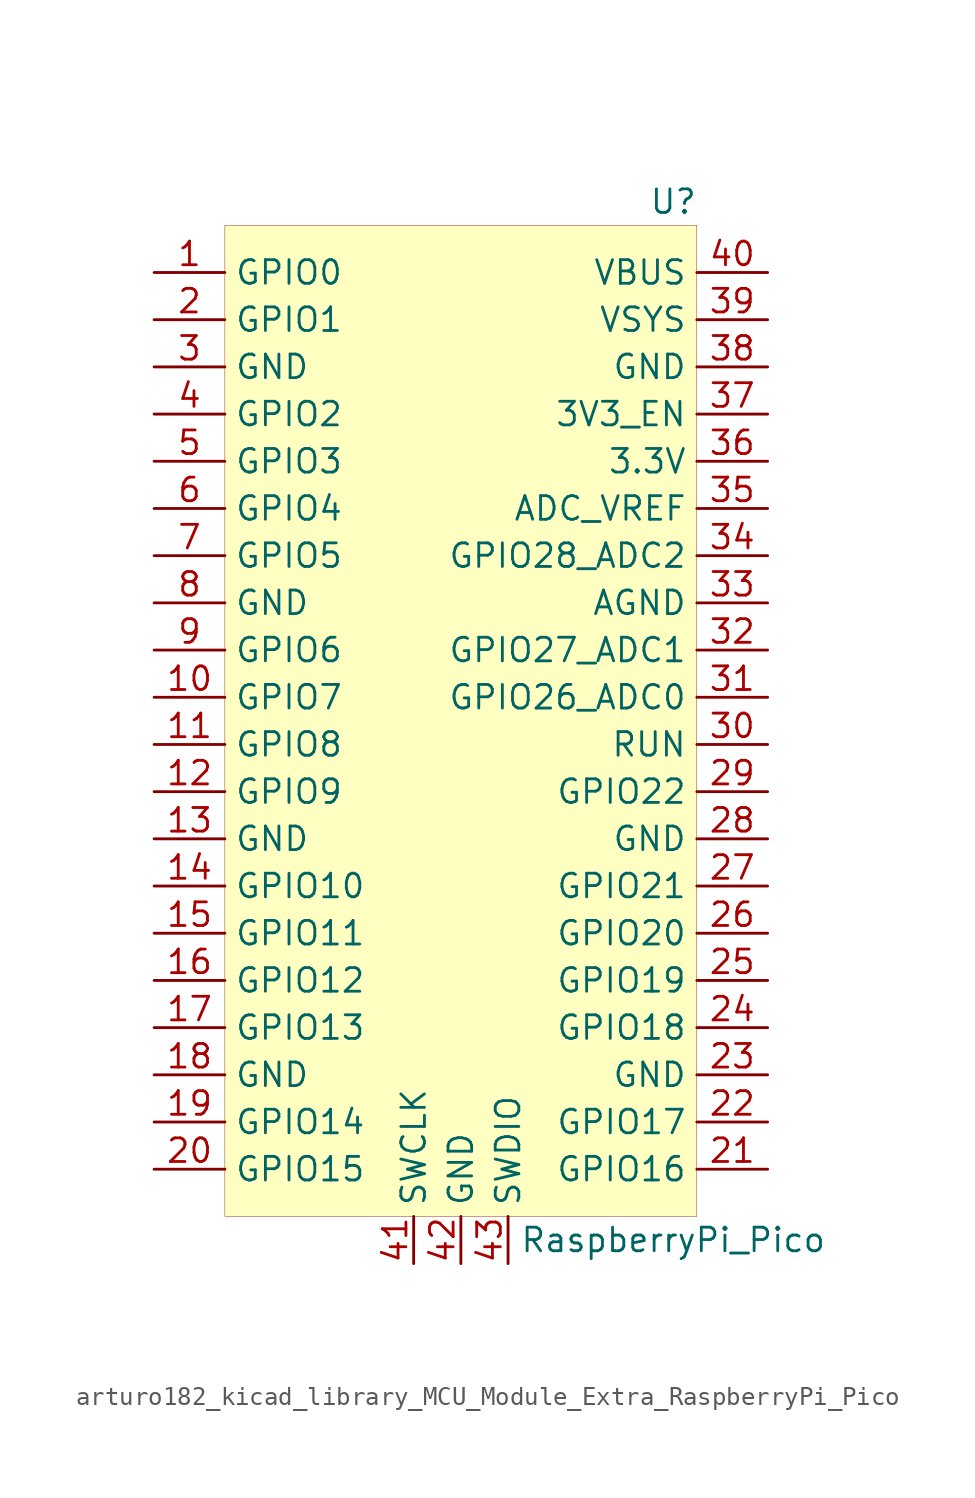
<source format=kicad_sym>
(kicad_symbol_lib
  (version 20220914)
  (generator kicad_symbol_editor)
  (symbol "MCU_Module_Extra:arturo182_kicad_library_MCU_Module_Extra_RaspberryPi_Pico"
    (property "Reference" "U"
      (at 11.43 26.67 0)
      (effects (font (size 1.27 1.27))))
    (property "Value" "RaspberryPi_Pico"
      (at 11.43 -29.21 0)
      (effects (font (size 1.27 1.27))))
    (symbol "arturo182_kicad_library_MCU_Module_Extra_RaspberryPi_Pico_0_0"
      (pin input line (at -2.54 -30.48 90) (length 2.54) (name "SWCLK" (effects (font (size 1.27 1.27)))) (number "41" (effects (font (size 1.27 1.27)))))
      (pin power_in line (at 0 -30.48 90) (length 2.54) (name "GND" (effects (font (size 1.27 1.27)))) (number "42" (effects (font (size 1.27 1.27)))))
      (pin bidirectional line (at 2.54 -30.48 90) (length 2.54) (name "SWDIO" (effects (font (size 1.27 1.27)))) (number "43" (effects (font (size 1.27 1.27))))))
    (symbol "arturo182_kicad_library_MCU_Module_Extra_RaspberryPi_Pico_0_1"
      (rectangle (start -12.7 25.4) (end 12.7 -27.94) (stroke (width 0.001)) (fill (type background))))
    (symbol "arturo182_kicad_library_MCU_Module_Extra_RaspberryPi_Pico_1_1"
      (pin bidirectional line (at -16.51 22.86 0) (length 3.81) (name "GPIO0" (effects (font (size 1.27 1.27)))) (number "1" (effects (font (size 1.27 1.27)))))
      (pin bidirectional line (at -16.51 20.32 0) (length 3.81) (name "GPIO1" (effects (font (size 1.27 1.27)))) (number "2" (effects (font (size 1.27 1.27)))))
      (pin power_in line (at -16.51 17.78 0) (length 3.81) (name "GND" (effects (font (size 1.27 1.27)))) (number "3" (effects (font (size 1.27 1.27)))))
      (pin bidirectional line (at -16.51 15.24 0) (length 3.81) (name "GPIO2" (effects (font (size 1.27 1.27)))) (number "4" (effects (font (size 1.27 1.27)))))
      (pin bidirectional line (at -16.51 12.7 0) (length 3.81) (name "GPIO3" (effects (font (size 1.27 1.27)))) (number "5" (effects (font (size 1.27 1.27)))))
      (pin bidirectional line (at -16.51 10.16 0) (length 3.81) (name "GPIO4" (effects (font (size 1.27 1.27)))) (number "6" (effects (font (size 1.27 1.27)))))
      (pin bidirectional line (at -16.51 7.62 0) (length 3.81) (name "GPIO5" (effects (font (size 1.27 1.27)))) (number "7" (effects (font (size 1.27 1.27)))))
      (pin power_in line (at -16.51 5.08 0) (length 3.81) (name "GND" (effects (font (size 1.27 1.27)))) (number "8" (effects (font (size 1.27 1.27)))))
      (pin bidirectional line (at -16.51 2.54 0) (length 3.81) (name "GPIO6" (effects (font (size 1.27 1.27)))) (number "9" (effects (font (size 1.27 1.27)))))
      (pin bidirectional line (at -16.51 0 0) (length 3.81) (name "GPIO7" (effects (font (size 1.27 1.27)))) (number "10" (effects (font (size 1.27 1.27)))))
      (pin bidirectional line (at -16.51 -2.54 0) (length 3.81) (name "GPIO8" (effects (font (size 1.27 1.27)))) (number "11" (effects (font (size 1.27 1.27)))))
      (pin bidirectional line (at -16.51 -5.08 0) (length 3.81) (name "GPIO9" (effects (font (size 1.27 1.27)))) (number "12" (effects (font (size 1.27 1.27)))))
      (pin power_in line (at -16.51 -7.62 0) (length 3.81) (name "GND" (effects (font (size 1.27 1.27)))) (number "13" (effects (font (size 1.27 1.27)))))
      (pin bidirectional line (at -16.51 -10.16 0) (length 3.81) (name "GPIO10" (effects (font (size 1.27 1.27)))) (number "14" (effects (font (size 1.27 1.27)))))
      (pin bidirectional line (at -16.51 -12.7 0) (length 3.81) (name "GPIO11" (effects (font (size 1.27 1.27)))) (number "15" (effects (font (size 1.27 1.27)))))
      (pin bidirectional line (at -16.51 -15.24 0) (length 3.81) (name "GPIO12" (effects (font (size 1.27 1.27)))) (number "16" (effects (font (size 1.27 1.27)))))
      (pin bidirectional line (at -16.51 -17.78 0) (length 3.81) (name "GPIO13" (effects (font (size 1.27 1.27)))) (number "17" (effects (font (size 1.27 1.27)))))
      (pin power_in line (at -16.51 -20.32 0) (length 3.81) (name "GND" (effects (font (size 1.27 1.27)))) (number "18" (effects (font (size 1.27 1.27)))))
      (pin bidirectional line (at -16.51 -22.86 0) (length 3.81) (name "GPIO14" (effects (font (size 1.27 1.27)))) (number "19" (effects (font (size 1.27 1.27)))))
      (pin bidirectional line (at -16.51 -25.4 0) (length 3.81) (name "GPIO15" (effects (font (size 1.27 1.27)))) (number "20" (effects (font (size 1.27 1.27)))))
      (pin power_in line (at 16.51 17.78 180) (length 3.81) (name "GND" (effects (font (size 1.27 1.27)))) (number "38" (effects (font (size 1.27 1.27)))))
      (pin power_in line (at 16.51 5.08 180) (length 3.81) (name "AGND" (effects (font (size 1.27 1.27)))) (number "33" (effects (font (size 1.27 1.27)))))
      (pin power_in line (at 16.51 -7.62 180) (length 3.81) (name "GND" (effects (font (size 1.27 1.27)))) (number "28" (effects (font (size 1.27 1.27)))))
      (pin power_in line (at 16.51 -20.32 180) (length 3.81) (name "GND" (effects (font (size 1.27 1.27)))) (number "23" (effects (font (size 1.27 1.27)))))
      (pin bidirectional line (at 16.51 -25.4 180) (length 3.81) (name "GPIO16" (effects (font (size 1.27 1.27)))) (number "21" (effects (font (size 1.27 1.27)))))
      (pin bidirectional line (at 16.51 -22.86 180) (length 3.81) (name "GPIO17" (effects (font (size 1.27 1.27)))) (number "22" (effects (font (size 1.27 1.27)))))
      (pin bidirectional line (at 16.51 -17.78 180) (length 3.81) (name "GPIO18" (effects (font (size 1.27 1.27)))) (number "24" (effects (font (size 1.27 1.27)))))
      (pin bidirectional line (at 16.51 -15.24 180) (length 3.81) (name "GPIO19" (effects (font (size 1.27 1.27)))) (number "25" (effects (font (size 1.27 1.27)))))
      (pin bidirectional line (at 16.51 -12.7 180) (length 3.81) (name "GPIO20" (effects (font (size 1.27 1.27)))) (number "26" (effects (font (size 1.27 1.27)))))
      (pin bidirectional line (at 16.51 -10.16 180) (length 3.81) (name "GPIO21" (effects (font (size 1.27 1.27)))) (number "27" (effects (font (size 1.27 1.27)))))
      (pin bidirectional line (at 16.51 -5.08 180) (length 3.81) (name "GPIO22" (effects (font (size 1.27 1.27)))) (number "29" (effects (font (size 1.27 1.27)))))
      (pin bidirectional line (at 16.51 0 180) (length 3.81) (name "GPIO26_ADC0" (effects (font (size 1.27 1.27)))) (number "31" (effects (font (size 1.27 1.27)))))
      (pin bidirectional line (at 16.51 2.54 180) (length 3.81) (name "GPIO27_ADC1" (effects (font (size 1.27 1.27)))) (number "32" (effects (font (size 1.27 1.27)))))
      (pin bidirectional line (at 16.51 7.62 180) (length 3.81) (name "GPIO28_ADC2" (effects (font (size 1.27 1.27)))) (number "34" (effects (font (size 1.27 1.27)))))
      (pin input line (at 16.51 -2.54 180) (length 3.81) (name "RUN" (effects (font (size 1.27 1.27)))) (number "30" (effects (font (size 1.27 1.27)))))
      (pin bidirectional line (at 16.51 10.16 180) (length 3.81) (name "ADC_VREF" (effects (font (size 1.27 1.27)))) (number "35" (effects (font (size 1.27 1.27)))))
      (pin power_out line (at 16.51 12.7 180) (length 3.81) (name "3.3V" (effects (font (size 1.27 1.27)))) (number "36" (effects (font (size 1.27 1.27)))))
      (pin input line (at 16.51 15.24 180) (length 3.81) (name "3V3_EN" (effects (font (size 1.27 1.27)))) (number "37" (effects (font (size 1.27 1.27)))))
      (pin power_in line (at 16.51 20.32 180) (length 3.81) (name "VSYS" (effects (font (size 1.27 1.27)))) (number "39" (effects (font (size 1.27 1.27)))))
      (pin power_out line (at 16.51 22.86 180) (length 3.81) (name "VBUS" (effects (font (size 1.27 1.27)))) (number "40" (effects (font (size 1.27 1.27))))))))
</source>
